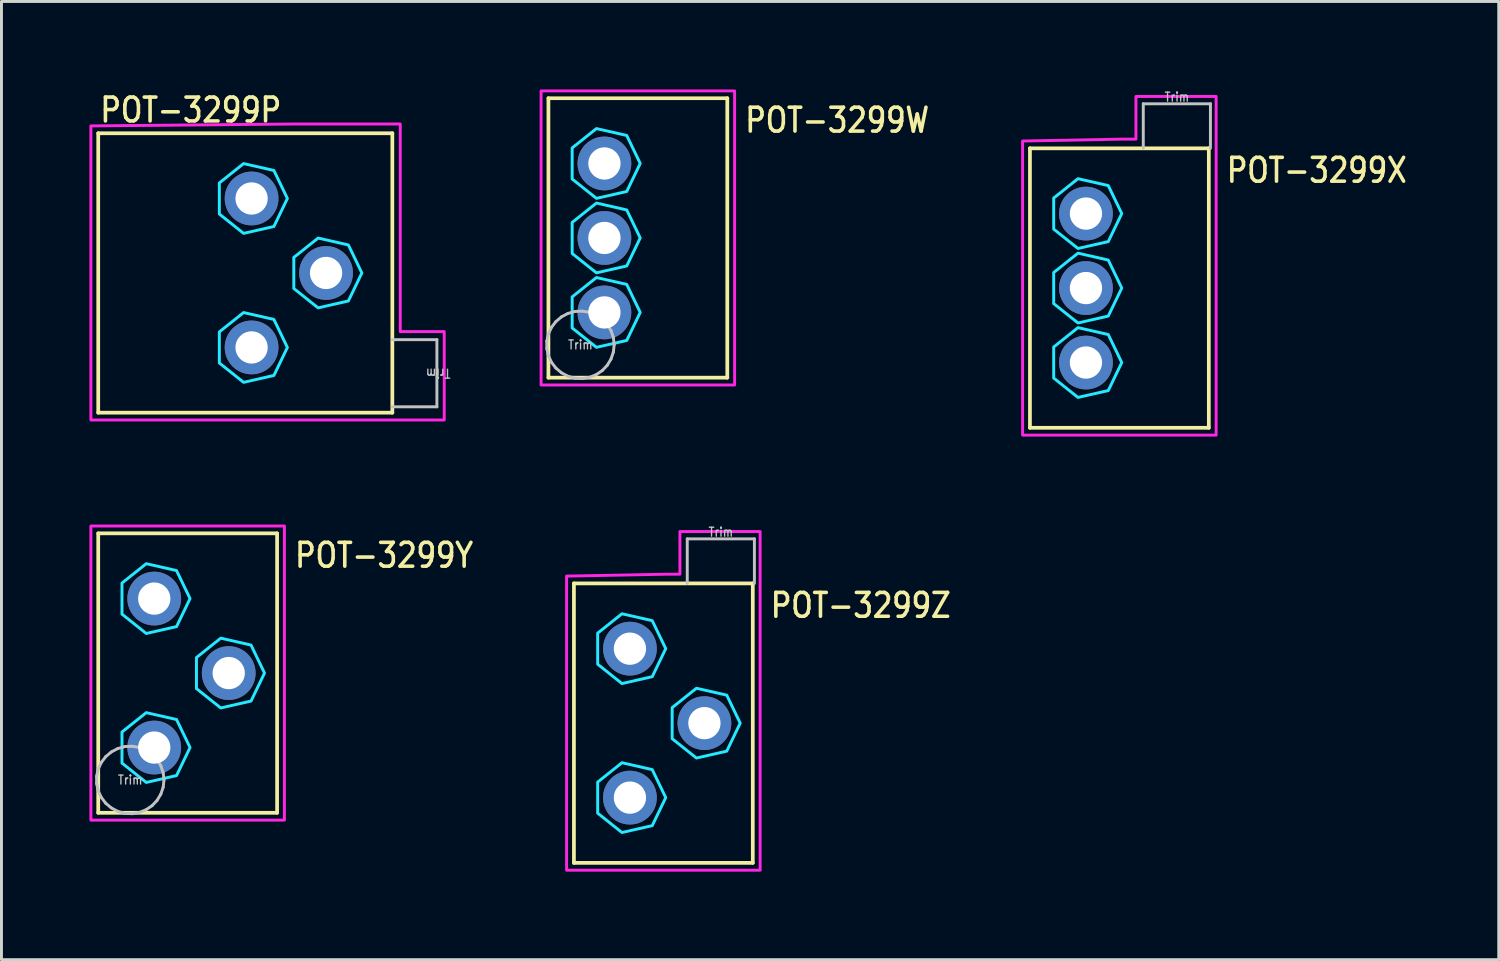
<source format=kicad_pcb>
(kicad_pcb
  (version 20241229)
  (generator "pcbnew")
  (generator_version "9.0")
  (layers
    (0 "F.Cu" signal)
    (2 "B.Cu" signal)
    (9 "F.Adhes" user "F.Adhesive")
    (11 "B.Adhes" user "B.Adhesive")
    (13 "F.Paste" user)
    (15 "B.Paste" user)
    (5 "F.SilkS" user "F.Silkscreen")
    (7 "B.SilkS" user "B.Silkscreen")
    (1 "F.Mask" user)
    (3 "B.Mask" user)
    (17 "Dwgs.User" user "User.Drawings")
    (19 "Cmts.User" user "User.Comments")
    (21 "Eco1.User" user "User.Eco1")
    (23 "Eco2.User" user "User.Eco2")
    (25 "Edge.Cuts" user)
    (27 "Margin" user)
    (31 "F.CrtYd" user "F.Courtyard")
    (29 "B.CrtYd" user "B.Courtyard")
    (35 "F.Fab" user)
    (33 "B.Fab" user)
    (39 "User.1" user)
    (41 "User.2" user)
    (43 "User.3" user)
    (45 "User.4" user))
  (footprint "POT-3299P"
    (layer "F.Cu")
    (at 0.3 6.259)
    (property "Reference" "POT-3299P" (at 0 -5.08 0) (unlocked yes) (layer "F.SilkS") (effects (font (size 0.813 0.695) (thickness 0.122)) (justify left bottom)))
    (fp_line (start 0 -4.765) (end 10.03 -4.765) (stroke (width 0.127) (type solid)) (layer "F.SilkS"))
    (fp_line (start 0 4.765) (end 0 -4.765) (stroke (width 0.127) (type solid)) (layer "F.SilkS"))
    (fp_line (start 10.03 -4.765) (end 10.03 4.765) (stroke (width 0.127) (type solid)) (layer "F.SilkS"))
    (fp_line (start 10.03 4.765) (end 0 4.765) (stroke (width 0.127) (type solid)) (layer "F.SilkS"))
    (fp_line (start 10.03 2.275) (end 11.55 2.275) (stroke (width 0.1) (type solid)) (layer "Dwgs.User"))
    (fp_line (start 11.55 2.275) (end 11.55 4.565) (stroke (width 0.1) (type solid)) (layer "Dwgs.User"))
    (fp_line (start 11.55 4.565) (end 10.03 4.565) (stroke (width 0.1) (type solid)) (layer "Dwgs.User"))
    (fp_poly (pts (xy 6.451 -2.54) (xy 5.991 -3.495) (xy 4.958 -3.73) (xy 4.13 -3.07) (xy 4.13 -2.01) (xy 4.958 -1.35) (xy 5.991 -1.585)) (stroke (width 0.1) (type solid)) (fill no) (layer "B.CrtYd"))
    (fp_poly (pts (xy 6.451 2.54) (xy 5.991 1.585) (xy 4.958 1.35) (xy 4.13 2.01) (xy 4.13 3.07) (xy 4.958 3.73) (xy 5.991 3.495)) (stroke (width 0.1) (type solid)) (fill no) (layer "B.CrtYd"))
    (fp_poly (pts (xy 8.991 0) (xy 8.531 -0.955) (xy 7.498 -1.19) (xy 6.67 -0.53) (xy 6.67 0.53) (xy 7.498 1.19) (xy 8.531 0.955)) (stroke (width 0.1) (type solid)) (fill no) (layer "B.CrtYd"))
    (fp_poly (pts (xy -0.25 -5.015) (xy 6.67 -5.08) (xy 10.3 -5.08) (xy 10.3 2) (xy 11.8 2) (xy 11.8 5.015) (xy -0.25 5.015)) (stroke (width 0.1) (type solid)) (fill no) (layer "F.CrtYd"))
    (fp_text user "Trim" (at 11.595 3.42 180) (unlocked yes) (layer "Dwgs.User") (effects (font (size 0.305 0.261) (thickness 0.046))))
    (pad "1" thru_hole oval (at 5.23 2.54) (size 1.833 1.833) (drill 1.1) (layers "*.Cu" "*.Mask"))
    (pad "2" thru_hole oval (at 7.77 0) (size 1.833 1.833) (drill 1.1) (layers "*.Cu" "*.Mask"))
    (pad "3" thru_hole oval (at 5.23 -2.54) (size 1.833 1.833) (drill 1.1) (layers "*.Cu" "*.Mask")))
  (footprint "POT-3299Y"
    (layer "F.Cu")
    (at 2.21 19.904)
    (property "Reference" "POT-3299Y" (at 4.73 -3.54 0) (unlocked yes) (layer "F.SilkS") (effects (font (size 0.813 0.695) (thickness 0.122)) (justify left bottom)))
    (fp_line (start -1.91 -4.765) (end 4.19 -4.765) (stroke (width 0.127) (type solid)) (layer "F.SilkS"))
    (fp_line (start -1.91 4.765) (end -1.91 -4.765) (stroke (width 0.127) (type solid)) (layer "F.SilkS"))
    (fp_line (start 4.19 -4.765) (end 4.19 4.765) (stroke (width 0.127) (type solid)) (layer "F.SilkS"))
    (fp_line (start 4.19 4.765) (end -1.91 4.765) (stroke (width 0.127) (type solid)) (layer "F.SilkS"))
    (fp_line (start -1.965 3.52) (end -1.965 3.77) (stroke (width 0.1) (type solid)) (layer "Dwgs.User"))
    (fp_line (start -1.965 3.77) (end -1.911 4.013) (stroke (width 0.1) (type solid)) (layer "Dwgs.User"))
    (fp_line (start -1.911 3.277) (end -1.965 3.52) (stroke (width 0.1) (type solid)) (layer "Dwgs.User"))
    (fp_line (start -1.911 4.013) (end -1.807 4.239) (stroke (width 0.1) (type solid)) (layer "Dwgs.User"))
    (fp_line (start -1.807 3.051) (end -1.911 3.277) (stroke (width 0.1) (type solid)) (layer "Dwgs.User"))
    (fp_line (start -1.807 4.239) (end -1.656 4.437) (stroke (width 0.1) (type solid)) (layer "Dwgs.User"))
    (fp_line (start -1.656 2.853) (end -1.807 3.051) (stroke (width 0.1) (type solid)) (layer "Dwgs.User"))
    (fp_line (start -1.656 4.437) (end -1.466 4.598) (stroke (width 0.1) (type solid)) (layer "Dwgs.User"))
    (fp_line (start -1.466 2.692) (end -1.656 2.853) (stroke (width 0.1) (type solid)) (layer "Dwgs.User"))
    (fp_line (start -1.466 4.598) (end -1.246 4.715) (stroke (width 0.1) (type solid)) (layer "Dwgs.User"))
    (fp_line (start -1.246 2.575) (end -1.466 2.692) (stroke (width 0.1) (type solid)) (layer "Dwgs.User"))
    (fp_line (start -1.246 4.715) (end -1.006 4.782) (stroke (width 0.1) (type solid)) (layer "Dwgs.User"))
    (fp_line (start -1.006 2.508) (end -1.246 2.575) (stroke (width 0.1) (type solid)) (layer "Dwgs.User"))
    (fp_line (start -1.006 4.782) (end -0.758 4.795) (stroke (width 0.1) (type solid)) (layer "Dwgs.User"))
    (fp_line (start -0.758 2.495) (end -1.006 2.508) (stroke (width 0.1) (type solid)) (layer "Dwgs.User"))
    (fp_line (start -0.758 4.795) (end -0.512 4.755) (stroke (width 0.1) (type solid)) (layer "Dwgs.User"))
    (fp_line (start -0.512 2.535) (end -0.758 2.495) (stroke (width 0.1) (type solid)) (layer "Dwgs.User"))
    (fp_line (start -0.512 4.755) (end -0.281 4.663) (stroke (width 0.1) (type solid)) (layer "Dwgs.User"))
    (fp_line (start -0.281 2.627) (end -0.512 2.535) (stroke (width 0.1) (type solid)) (layer "Dwgs.User"))
    (fp_line (start -0.281 4.663) (end -0.074 4.523) (stroke (width 0.1) (type solid)) (layer "Dwgs.User"))
    (fp_line (start -0.074 2.767) (end -0.281 2.627) (stroke (width 0.1) (type solid)) (layer "Dwgs.User"))
    (fp_line (start -0.074 4.523) (end 0.097 4.342) (stroke (width 0.1) (type solid)) (layer "Dwgs.User"))
    (fp_line (start 0.097 2.948) (end -0.074 2.767) (stroke (width 0.1) (type solid)) (layer "Dwgs.User"))
    (fp_line (start 0.097 4.342) (end 0.225 4.129) (stroke (width 0.1) (type solid)) (layer "Dwgs.User"))
    (fp_line (start 0.225 3.161) (end 0.097 2.948) (stroke (width 0.1) (type solid)) (layer "Dwgs.User"))
    (fp_line (start 0.225 4.129) (end 0.305 3.893) (stroke (width 0.1) (type solid)) (layer "Dwgs.User"))
    (fp_line (start 0.305 3.397) (end 0.225 3.161) (stroke (width 0.1) (type solid)) (layer "Dwgs.User"))
    (fp_line (start 0.305 3.893) (end 0.332 3.645) (stroke (width 0.1) (type solid)) (layer "Dwgs.User"))
    (fp_line (start 0.332 3.645) (end 0.305 3.397) (stroke (width 0.1) (type solid)) (layer "Dwgs.User"))
    (fp_poly (pts (xy 1.221 -2.54) (xy 0.761 -3.495) (xy -0.272 -3.73) (xy -1.1 -3.07) (xy -1.1 -2.01) (xy -0.272 -1.35) (xy 0.761 -1.585)) (stroke (width 0.1) (type solid)) (fill no) (layer "B.CrtYd"))
    (fp_poly (pts (xy 1.221 2.54) (xy 0.761 1.585) (xy -0.272 1.35) (xy -1.1 2.01) (xy -1.1 3.07) (xy -0.272 3.73) (xy 0.761 3.495)) (stroke (width 0.1) (type solid)) (fill no) (layer "B.CrtYd"))
    (fp_poly (pts (xy 3.761 0) (xy 3.301 -0.955) (xy 2.268 -1.19) (xy 1.44 -0.53) (xy 1.44 0.53) (xy 2.268 1.19) (xy 3.301 0.955)) (stroke (width 0.1) (type solid)) (fill no) (layer "B.CrtYd"))
    (fp_poly (pts (xy -2.16 -5.015) (xy 4.44 -5.015) (xy 4.44 5.015) (xy -2.16 5.015)) (stroke (width 0.1) (type solid)) (fill no) (layer "F.CrtYd"))
    (fp_text user "Trim" (at -0.82 3.645 0) (unlocked yes) (layer "Dwgs.User") (effects (font (size 0.305 0.261) (thickness 0.046))))
    (pad "1" thru_hole oval (at 0 2.54) (size 1.833 1.833) (drill 1.1) (layers "*.Cu" "*.Mask"))
    (pad "2" thru_hole oval (at 2.54 0) (size 1.833 1.833) (drill 1.1) (layers "*.Cu" "*.Mask"))
    (pad "3" thru_hole oval (at 0 -2.54) (size 1.833 1.833) (drill 1.1) (layers "*.Cu" "*.Mask")))
  (footprint "POT-3299X"
    (layer "F.Cu")
    (at 33.985 6.774)
    (property "Reference" "POT-3299X" (at 4.73 -3.54 0) (unlocked yes) (layer "F.SilkS") (effects (font (size 0.813 0.695) (thickness 0.122)) (justify left bottom)))
    (fp_line (start -1.91 -4.765) (end 4.19 -4.765) (stroke (width 0.127) (type solid)) (layer "F.SilkS"))
    (fp_line (start -1.91 4.765) (end -1.91 -4.765) (stroke (width 0.127) (type solid)) (layer "F.SilkS"))
    (fp_line (start 4.19 -4.765) (end 4.19 4.765) (stroke (width 0.127) (type solid)) (layer "F.SilkS"))
    (fp_line (start 4.19 4.765) (end -1.91 4.765) (stroke (width 0.127) (type solid)) (layer "F.SilkS"))
    (fp_line (start 1.955 -6.285) (end 4.245 -6.285) (stroke (width 0.1) (type solid)) (layer "Dwgs.User"))
    (fp_line (start 1.955 -4.765) (end 1.955 -6.285) (stroke (width 0.1) (type solid)) (layer "Dwgs.User"))
    (fp_line (start 4.245 -6.285) (end 4.245 -4.765) (stroke (width 0.1) (type solid)) (layer "Dwgs.User"))
    (fp_poly (pts (xy 1.221 -2.54) (xy 0.761 -3.495) (xy -0.272 -3.73) (xy -1.1 -3.07) (xy -1.1 -2.01) (xy -0.272 -1.35) (xy 0.761 -1.585)) (stroke (width 0.1) (type solid)) (fill no) (layer "B.CrtYd"))
    (fp_poly (pts (xy 1.221 0) (xy 0.761 -0.955) (xy -0.272 -1.19) (xy -1.1 -0.53) (xy -1.1 0.53) (xy -0.272 1.19) (xy 0.761 0.955)) (stroke (width 0.1) (type solid)) (fill no) (layer "B.CrtYd"))
    (fp_poly (pts (xy 1.221 2.54) (xy 0.761 1.585) (xy -0.272 1.35) (xy -1.1 2.01) (xy -1.1 3.07) (xy -0.272 3.73) (xy 0.761 3.495)) (stroke (width 0.1) (type solid)) (fill no) (layer "B.CrtYd"))
    (fp_poly (pts (xy -2.16 -5.015) (xy 1.27 -5.08) (xy 1.705 -5.08) (xy 1.705 -6.535) (xy 4.44 -6.535) (xy 4.44 5.015) (xy -2.16 5.015)) (stroke (width 0.1) (type solid)) (fill no) (layer "F.CrtYd"))
    (fp_text user "Trim" (at 3.1 -6.515 0) (unlocked yes) (layer "Dwgs.User") (effects (font (size 0.305 0.261) (thickness 0.046))))
    (pad "1" thru_hole oval (at 0 2.54) (size 1.833 1.833) (drill 1.1) (layers "*.Cu" "*.Mask"))
    (pad "2" thru_hole oval (at 0 0) (size 1.833 1.833) (drill 1.1) (layers "*.Cu" "*.Mask"))
    (pad "3" thru_hole oval (at 0 -2.54) (size 1.833 1.833) (drill 1.1) (layers "*.Cu" "*.Mask")))
  (footprint "POT-3299Z"
    (layer "F.Cu")
    (at 18.433 21.612)
    (property "Reference" "POT-3299Z" (at 4.73 -3.54 0) (unlocked yes) (layer "F.SilkS") (effects (font (size 0.813 0.695) (thickness 0.122)) (justify left bottom)))
    (fp_line (start -1.91 -4.765) (end 4.19 -4.765) (stroke (width 0.127) (type solid)) (layer "F.SilkS"))
    (fp_line (start -1.91 4.765) (end -1.91 -4.765) (stroke (width 0.127) (type solid)) (layer "F.SilkS"))
    (fp_line (start 4.19 -4.765) (end 4.19 4.765) (stroke (width 0.127) (type solid)) (layer "F.SilkS"))
    (fp_line (start 4.19 4.765) (end -1.91 4.765) (stroke (width 0.127) (type solid)) (layer "F.SilkS"))
    (fp_line (start 1.955 -6.285) (end 4.245 -6.285) (stroke (width 0.1) (type solid)) (layer "Dwgs.User"))
    (fp_line (start 1.955 -4.765) (end 1.955 -6.285) (stroke (width 0.1) (type solid)) (layer "Dwgs.User"))
    (fp_line (start 4.245 -6.285) (end 4.245 -4.765) (stroke (width 0.1) (type solid)) (layer "Dwgs.User"))
    (fp_poly (pts (xy 1.221 -2.54) (xy 0.761 -3.495) (xy -0.272 -3.73) (xy -1.1 -3.07) (xy -1.1 -2.01) (xy -0.272 -1.35) (xy 0.761 -1.585)) (stroke (width 0.1) (type solid)) (fill no) (layer "B.CrtYd"))
    (fp_poly (pts (xy 1.221 2.54) (xy 0.761 1.585) (xy -0.272 1.35) (xy -1.1 2.01) (xy -1.1 3.07) (xy -0.272 3.73) (xy 0.761 3.495)) (stroke (width 0.1) (type solid)) (fill no) (layer "B.CrtYd"))
    (fp_poly (pts (xy 3.761 0) (xy 3.301 -0.955) (xy 2.268 -1.19) (xy 1.44 -0.53) (xy 1.44 0.53) (xy 2.268 1.19) (xy 3.301 0.955)) (stroke (width 0.1) (type solid)) (fill no) (layer "B.CrtYd"))
    (fp_poly (pts (xy -2.16 -5.015) (xy 1.27 -5.08) (xy 1.705 -5.08) (xy 1.705 -6.535) (xy 4.44 -6.535) (xy 4.44 5.015) (xy -2.16 5.015)) (stroke (width 0.1) (type solid)) (fill no) (layer "F.CrtYd"))
    (fp_text user "Trim" (at 3.1 -6.515 0) (unlocked yes) (layer "Dwgs.User") (effects (font (size 0.305 0.261) (thickness 0.046))))
    (pad "1" thru_hole oval (at 0 2.54) (size 1.833 1.833) (drill 1.1) (layers "*.Cu" "*.Mask"))
    (pad "2" thru_hole oval (at 2.54 0) (size 1.833 1.833) (drill 1.1) (layers "*.Cu" "*.Mask"))
    (pad "3" thru_hole oval (at 0 -2.54) (size 1.833 1.833) (drill 1.1) (layers "*.Cu" "*.Mask")))
  (footprint "POT-3299W"
    (layer "F.Cu")
    (at 17.563 5.065)
    (property "Reference" "POT-3299W" (at 4.73 -3.54 0) (unlocked yes) (layer "F.SilkS") (effects (font (size 0.813 0.695) (thickness 0.122)) (justify left bottom)))
    (fp_line (start -1.91 -4.765) (end 4.19 -4.765) (stroke (width 0.127) (type solid)) (layer "F.SilkS"))
    (fp_line (start -1.91 4.765) (end -1.91 -4.765) (stroke (width 0.127) (type solid)) (layer "F.SilkS"))
    (fp_line (start 4.19 -4.765) (end 4.19 4.765) (stroke (width 0.127) (type solid)) (layer "F.SilkS"))
    (fp_line (start 4.19 4.765) (end -1.91 4.765) (stroke (width 0.127) (type solid)) (layer "F.SilkS"))
    (fp_line (start -1.965 3.52) (end -1.965 3.77) (stroke (width 0.1) (type solid)) (layer "Dwgs.User"))
    (fp_line (start -1.965 3.77) (end -1.911 4.013) (stroke (width 0.1) (type solid)) (layer "Dwgs.User"))
    (fp_line (start -1.911 3.277) (end -1.965 3.52) (stroke (width 0.1) (type solid)) (layer "Dwgs.User"))
    (fp_line (start -1.911 4.013) (end -1.807 4.239) (stroke (width 0.1) (type solid)) (layer "Dwgs.User"))
    (fp_line (start -1.807 3.051) (end -1.911 3.277) (stroke (width 0.1) (type solid)) (layer "Dwgs.User"))
    (fp_line (start -1.807 4.239) (end -1.656 4.437) (stroke (width 0.1) (type solid)) (layer "Dwgs.User"))
    (fp_line (start -1.656 2.853) (end -1.807 3.051) (stroke (width 0.1) (type solid)) (layer "Dwgs.User"))
    (fp_line (start -1.656 4.437) (end -1.466 4.598) (stroke (width 0.1) (type solid)) (layer "Dwgs.User"))
    (fp_line (start -1.466 2.692) (end -1.656 2.853) (stroke (width 0.1) (type solid)) (layer "Dwgs.User"))
    (fp_line (start -1.466 4.598) (end -1.246 4.715) (stroke (width 0.1) (type solid)) (layer "Dwgs.User"))
    (fp_line (start -1.246 2.575) (end -1.466 2.692) (stroke (width 0.1) (type solid)) (layer "Dwgs.User"))
    (fp_line (start -1.246 4.715) (end -1.006 4.782) (stroke (width 0.1) (type solid)) (layer "Dwgs.User"))
    (fp_line (start -1.006 2.508) (end -1.246 2.575) (stroke (width 0.1) (type solid)) (layer "Dwgs.User"))
    (fp_line (start -1.006 4.782) (end -0.758 4.795) (stroke (width 0.1) (type solid)) (layer "Dwgs.User"))
    (fp_line (start -0.758 2.495) (end -1.006 2.508) (stroke (width 0.1) (type solid)) (layer "Dwgs.User"))
    (fp_line (start -0.758 4.795) (end -0.512 4.755) (stroke (width 0.1) (type solid)) (layer "Dwgs.User"))
    (fp_line (start -0.512 2.535) (end -0.758 2.495) (stroke (width 0.1) (type solid)) (layer "Dwgs.User"))
    (fp_line (start -0.512 4.755) (end -0.281 4.663) (stroke (width 0.1) (type solid)) (layer "Dwgs.User"))
    (fp_line (start -0.281 2.627) (end -0.512 2.535) (stroke (width 0.1) (type solid)) (layer "Dwgs.User"))
    (fp_line (start -0.281 4.663) (end -0.074 4.523) (stroke (width 0.1) (type solid)) (layer "Dwgs.User"))
    (fp_line (start -0.074 2.767) (end -0.281 2.627) (stroke (width 0.1) (type solid)) (layer "Dwgs.User"))
    (fp_line (start -0.074 4.523) (end 0.097 4.342) (stroke (width 0.1) (type solid)) (layer "Dwgs.User"))
    (fp_line (start 0.097 2.948) (end -0.074 2.767) (stroke (width 0.1) (type solid)) (layer "Dwgs.User"))
    (fp_line (start 0.097 4.342) (end 0.225 4.129) (stroke (width 0.1) (type solid)) (layer "Dwgs.User"))
    (fp_line (start 0.225 3.161) (end 0.097 2.948) (stroke (width 0.1) (type solid)) (layer "Dwgs.User"))
    (fp_line (start 0.225 4.129) (end 0.305 3.893) (stroke (width 0.1) (type solid)) (layer "Dwgs.User"))
    (fp_line (start 0.305 3.397) (end 0.225 3.161) (stroke (width 0.1) (type solid)) (layer "Dwgs.User"))
    (fp_line (start 0.305 3.893) (end 0.332 3.645) (stroke (width 0.1) (type solid)) (layer "Dwgs.User"))
    (fp_line (start 0.332 3.645) (end 0.305 3.397) (stroke (width 0.1) (type solid)) (layer "Dwgs.User"))
    (fp_poly (pts (xy 1.221 -2.54) (xy 0.761 -3.495) (xy -0.272 -3.73) (xy -1.1 -3.07) (xy -1.1 -2.01) (xy -0.272 -1.35) (xy 0.761 -1.585)) (stroke (width 0.1) (type solid)) (fill no) (layer "B.CrtYd"))
    (fp_poly (pts (xy 1.221 0) (xy 0.761 -0.955) (xy -0.272 -1.19) (xy -1.1 -0.53) (xy -1.1 0.53) (xy -0.272 1.19) (xy 0.761 0.955)) (stroke (width 0.1) (type solid)) (fill no) (layer "B.CrtYd"))
    (fp_poly (pts (xy 1.221 2.54) (xy 0.761 1.585) (xy -0.272 1.35) (xy -1.1 2.01) (xy -1.1 3.07) (xy -0.272 3.73) (xy 0.761 3.495)) (stroke (width 0.1) (type solid)) (fill no) (layer "B.CrtYd"))
    (fp_poly (pts (xy -2.16 -5.015) (xy 4.44 -5.015) (xy 4.44 5.015) (xy -2.16 5.015)) (stroke (width 0.1) (type solid)) (fill no) (layer "F.CrtYd"))
    (fp_text user "Trim" (at -0.82 3.645 0) (unlocked yes) (layer "Dwgs.User") (effects (font (size 0.305 0.261) (thickness 0.046))))
    (pad "1" thru_hole oval (at 0 2.54) (size 1.833 1.833) (drill 1.1) (layers "*.Cu" "*.Mask"))
    (pad "2" thru_hole oval (at 0 0) (size 1.833 1.833) (drill 1.1) (layers "*.Cu" "*.Mask"))
    (pad "3" thru_hole oval (at 0 -2.54) (size 1.833 1.833) (drill 1.1) (layers "*.Cu" "*.Mask")))
  (gr_rect
    (start -3 -3)
    (end 48.063 29.677)
    (stroke (width 0.1) (type default))
    (fill no)
    (layer "Edge.Cuts")))
</source>
